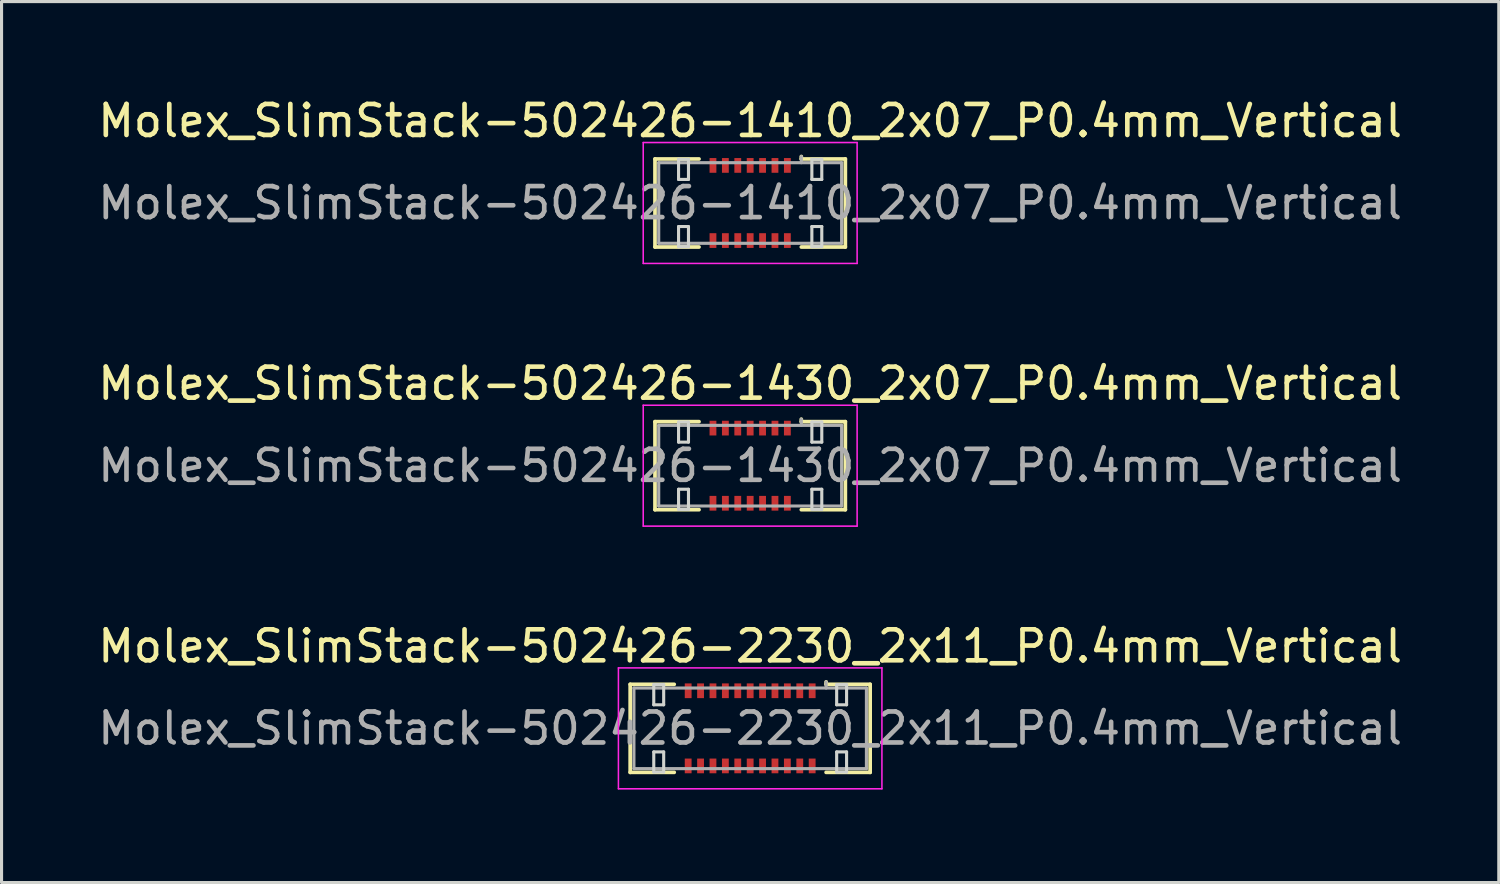
<source format=kicad_pcb>
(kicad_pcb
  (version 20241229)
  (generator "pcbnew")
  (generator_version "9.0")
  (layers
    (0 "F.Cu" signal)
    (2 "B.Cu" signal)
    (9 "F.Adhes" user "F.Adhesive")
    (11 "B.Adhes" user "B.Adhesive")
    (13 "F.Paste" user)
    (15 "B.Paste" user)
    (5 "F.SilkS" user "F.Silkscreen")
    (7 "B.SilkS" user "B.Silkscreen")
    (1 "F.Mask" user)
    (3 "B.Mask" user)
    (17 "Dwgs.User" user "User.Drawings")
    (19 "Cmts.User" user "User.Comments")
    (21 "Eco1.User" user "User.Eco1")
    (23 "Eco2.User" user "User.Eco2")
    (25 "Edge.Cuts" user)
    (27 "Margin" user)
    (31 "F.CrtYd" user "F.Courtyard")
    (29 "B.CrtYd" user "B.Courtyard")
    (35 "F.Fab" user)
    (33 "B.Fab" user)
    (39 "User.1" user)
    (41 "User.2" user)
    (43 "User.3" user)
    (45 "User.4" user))
  (footprint "Molex_SlimStack-502426-2230_2x11_P0.4mm_Vertical"
    (layer "F.Cu")
    (at 21.149 20.445)
    (property "Reference" "Molex_SlimStack-502426-2230_2x11_P0.4mm_Vertical" (at 0 -2.65 0) (layer "F.SilkS") (effects (font (size 1 1) (thickness 0.15))))
    (attr smd)
    (fp_line (start -3.87 -1.42) (end -2.45 -1.42) (stroke (width 0.12) (type solid)) (layer "F.SilkS"))
    (fp_line (start -3.87 1.42) (end -3.87 -1.42) (stroke (width 0.12) (type solid)) (layer "F.SilkS"))
    (fp_line (start -2.45 1.42) (end -3.87 1.42) (stroke (width 0.12) (type solid)) (layer "F.SilkS"))
    (fp_line (start 2.45 -1.42) (end 2.45 -1.5) (stroke (width 0.12) (type solid)) (layer "F.SilkS"))
    (fp_line (start 2.45 1.42) (end 3.87 1.42) (stroke (width 0.12) (type solid)) (layer "F.SilkS"))
    (fp_line (start 3.87 -1.42) (end 2.45 -1.42) (stroke (width 0.12) (type solid)) (layer "F.SilkS"))
    (fp_line (start 3.87 1.42) (end 3.87 -1.42) (stroke (width 0.12) (type solid)) (layer "F.SilkS"))
    (fp_line (start -3.11 -1.41) (end -3.11 -0.76) (stroke (width 0.1) (type solid)) (layer "Edge.Cuts"))
    (fp_line (start -3.11 -0.76) (end -2.79 -0.76) (stroke (width 0.1) (type solid)) (layer "Edge.Cuts"))
    (fp_line (start -3.11 0.76) (end -3.11 1.41) (stroke (width 0.1) (type solid)) (layer "Edge.Cuts"))
    (fp_line (start -3.11 1.41) (end -2.79 1.41) (stroke (width 0.1) (type solid)) (layer "Edge.Cuts"))
    (fp_line (start -2.79 -1.41) (end -3.11 -1.41) (stroke (width 0.1) (type solid)) (layer "Edge.Cuts"))
    (fp_line (start -2.79 -0.76) (end -2.79 -1.41) (stroke (width 0.1) (type solid)) (layer "Edge.Cuts"))
    (fp_line (start -2.79 0.76) (end -3.11 0.76) (stroke (width 0.1) (type solid)) (layer "Edge.Cuts"))
    (fp_line (start -2.79 1.41) (end -2.79 0.76) (stroke (width 0.1) (type solid)) (layer "Edge.Cuts"))
    (fp_line (start 2.79 -1.41) (end 2.79 -0.76) (stroke (width 0.1) (type solid)) (layer "Edge.Cuts"))
    (fp_line (start 2.79 -0.76) (end 3.11 -0.76) (stroke (width 0.1) (type solid)) (layer "Edge.Cuts"))
    (fp_line (start 2.79 0.76) (end 2.79 1.41) (stroke (width 0.1) (type solid)) (layer "Edge.Cuts"))
    (fp_line (start 2.79 1.41) (end 3.11 1.41) (stroke (width 0.1) (type solid)) (layer "Edge.Cuts"))
    (fp_line (start 3.11 -1.41) (end 2.79 -1.41) (stroke (width 0.1) (type solid)) (layer "Edge.Cuts"))
    (fp_line (start 3.11 -0.76) (end 3.11 -1.41) (stroke (width 0.1) (type solid)) (layer "Edge.Cuts"))
    (fp_line (start 3.11 0.76) (end 2.79 0.76) (stroke (width 0.1) (type solid)) (layer "Edge.Cuts"))
    (fp_line (start 3.11 1.41) (end 3.11 0.76) (stroke (width 0.1) (type solid)) (layer "Edge.Cuts"))
    (fp_line (start -4.25 -1.95) (end -4.25 1.95) (stroke (width 0.05) (type solid)) (layer "F.CrtYd"))
    (fp_line (start -4.25 1.95) (end 4.25 1.95) (stroke (width 0.05) (type solid)) (layer "F.CrtYd"))
    (fp_line (start 4.25 -1.95) (end -4.25 -1.95) (stroke (width 0.05) (type solid)) (layer "F.CrtYd"))
    (fp_line (start 4.25 1.95) (end 4.25 -1.95) (stroke (width 0.05) (type solid)) (layer "F.CrtYd"))
    (fp_line (start -3.75 -1.3) (end -3.75 1.3) (stroke (width 0.1) (type solid)) (layer "F.Fab"))
    (fp_line (start -3.75 1.3) (end 3.75 1.3) (stroke (width 0.1) (type solid)) (layer "F.Fab"))
    (fp_line (start 2.45 -1.3) (end 2.45 -1.5) (stroke (width 0.1) (type solid)) (layer "F.Fab"))
    (fp_line (start 3.75 -1.3) (end -3.75 -1.3) (stroke (width 0.1) (type solid)) (layer "F.Fab"))
    (fp_line (start 3.75 1.3) (end 3.75 -1.3) (stroke (width 0.1) (type solid)) (layer "F.Fab"))
    (fp_text user "${REFERENCE}" (at 0 0 0) (layer "F.Fab") (effects (font (size 1 1) (thickness 0.15))))
    (pad "1" smd rect (at 2 -1.212) (size 0.22 0.475) (layers "F.Cu" "F.Mask" "F.Paste"))
    (pad "2" smd rect (at 2 1.212) (size 0.22 0.475) (layers "F.Cu" "F.Mask" "F.Paste"))
    (pad "3" smd rect (at 1.6 -1.212) (size 0.22 0.475) (layers "F.Cu" "F.Mask" "F.Paste"))
    (pad "4" smd rect (at 1.6 1.212) (size 0.22 0.475) (layers "F.Cu" "F.Mask" "F.Paste"))
    (pad "5" smd rect (at 1.2 -1.212) (size 0.22 0.475) (layers "F.Cu" "F.Mask" "F.Paste"))
    (pad "6" smd rect (at 1.2 1.212) (size 0.22 0.475) (layers "F.Cu" "F.Mask" "F.Paste"))
    (pad "7" smd rect (at 0.8 -1.212) (size 0.22 0.475) (layers "F.Cu" "F.Mask" "F.Paste"))
    (pad "8" smd rect (at 0.8 1.212) (size 0.22 0.475) (layers "F.Cu" "F.Mask" "F.Paste"))
    (pad "9" smd rect (at 0.4 -1.212) (size 0.22 0.475) (layers "F.Cu" "F.Mask" "F.Paste"))
    (pad "10" smd rect (at 0.4 1.212) (size 0.22 0.475) (layers "F.Cu" "F.Mask" "F.Paste"))
    (pad "11" smd rect (at 0 -1.212) (size 0.22 0.475) (layers "F.Cu" "F.Mask" "F.Paste"))
    (pad "12" smd rect (at 0 1.212) (size 0.22 0.475) (layers "F.Cu" "F.Mask" "F.Paste"))
    (pad "13" smd rect (at -0.4 -1.212) (size 0.22 0.475) (layers "F.Cu" "F.Mask" "F.Paste"))
    (pad "14" smd rect (at -0.4 1.212) (size 0.22 0.475) (layers "F.Cu" "F.Mask" "F.Paste"))
    (pad "15" smd rect (at -0.8 -1.212) (size 0.22 0.475) (layers "F.Cu" "F.Mask" "F.Paste"))
    (pad "16" smd rect (at -0.8 1.212) (size 0.22 0.475) (layers "F.Cu" "F.Mask" "F.Paste"))
    (pad "17" smd rect (at -1.2 -1.212) (size 0.22 0.475) (layers "F.Cu" "F.Mask" "F.Paste"))
    (pad "18" smd rect (at -1.2 1.212) (size 0.22 0.475) (layers "F.Cu" "F.Mask" "F.Paste"))
    (pad "19" smd rect (at -1.6 -1.212) (size 0.22 0.475) (layers "F.Cu" "F.Mask" "F.Paste"))
    (pad "20" smd rect (at -1.6 1.212) (size 0.22 0.475) (layers "F.Cu" "F.Mask" "F.Paste"))
    (pad "21" smd rect (at -2 -1.212) (size 0.22 0.475) (layers "F.Cu" "F.Mask" "F.Paste"))
    (pad "22" smd rect (at -2 1.212) (size 0.22 0.475) (layers "F.Cu" "F.Mask" "F.Paste")))
  (footprint "Molex_SlimStack-502426-1430_2x07_P0.4mm_Vertical"
    (layer "F.Cu")
    (at 21.149 11.972)
    (property "Reference" "Molex_SlimStack-502426-1430_2x07_P0.4mm_Vertical" (at 0 -2.65 0) (layer "F.SilkS") (effects (font (size 1 1) (thickness 0.15))))
    (attr smd)
    (fp_line (start -3.07 -1.42) (end -1.65 -1.42) (stroke (width 0.12) (type solid)) (layer "F.SilkS"))
    (fp_line (start -3.07 1.42) (end -3.07 -1.42) (stroke (width 0.12) (type solid)) (layer "F.SilkS"))
    (fp_line (start -1.65 1.42) (end -3.07 1.42) (stroke (width 0.12) (type solid)) (layer "F.SilkS"))
    (fp_line (start 1.65 -1.42) (end 1.65 -1.5) (stroke (width 0.12) (type solid)) (layer "F.SilkS"))
    (fp_line (start 1.65 1.42) (end 3.07 1.42) (stroke (width 0.12) (type solid)) (layer "F.SilkS"))
    (fp_line (start 3.07 -1.42) (end 1.65 -1.42) (stroke (width 0.12) (type solid)) (layer "F.SilkS"))
    (fp_line (start 3.07 1.42) (end 3.07 -1.42) (stroke (width 0.12) (type solid)) (layer "F.SilkS"))
    (fp_line (start -2.31 -1.41) (end -2.31 -0.76) (stroke (width 0.1) (type solid)) (layer "Edge.Cuts"))
    (fp_line (start -2.31 -0.76) (end -1.99 -0.76) (stroke (width 0.1) (type solid)) (layer "Edge.Cuts"))
    (fp_line (start -2.31 0.76) (end -2.31 1.41) (stroke (width 0.1) (type solid)) (layer "Edge.Cuts"))
    (fp_line (start -2.31 1.41) (end -1.99 1.41) (stroke (width 0.1) (type solid)) (layer "Edge.Cuts"))
    (fp_line (start -1.99 -1.41) (end -2.31 -1.41) (stroke (width 0.1) (type solid)) (layer "Edge.Cuts"))
    (fp_line (start -1.99 -0.76) (end -1.99 -1.41) (stroke (width 0.1) (type solid)) (layer "Edge.Cuts"))
    (fp_line (start -1.99 0.76) (end -2.31 0.76) (stroke (width 0.1) (type solid)) (layer "Edge.Cuts"))
    (fp_line (start -1.99 1.41) (end -1.99 0.76) (stroke (width 0.1) (type solid)) (layer "Edge.Cuts"))
    (fp_line (start 1.99 -1.41) (end 1.99 -0.76) (stroke (width 0.1) (type solid)) (layer "Edge.Cuts"))
    (fp_line (start 1.99 -0.76) (end 2.31 -0.76) (stroke (width 0.1) (type solid)) (layer "Edge.Cuts"))
    (fp_line (start 1.99 0.76) (end 1.99 1.41) (stroke (width 0.1) (type solid)) (layer "Edge.Cuts"))
    (fp_line (start 1.99 1.41) (end 2.31 1.41) (stroke (width 0.1) (type solid)) (layer "Edge.Cuts"))
    (fp_line (start 2.31 -1.41) (end 1.99 -1.41) (stroke (width 0.1) (type solid)) (layer "Edge.Cuts"))
    (fp_line (start 2.31 -0.76) (end 2.31 -1.41) (stroke (width 0.1) (type solid)) (layer "Edge.Cuts"))
    (fp_line (start 2.31 0.76) (end 1.99 0.76) (stroke (width 0.1) (type solid)) (layer "Edge.Cuts"))
    (fp_line (start 2.31 1.41) (end 2.31 0.76) (stroke (width 0.1) (type solid)) (layer "Edge.Cuts"))
    (fp_line (start -3.45 -1.95) (end -3.45 1.95) (stroke (width 0.05) (type solid)) (layer "F.CrtYd"))
    (fp_line (start -3.45 1.95) (end 3.45 1.95) (stroke (width 0.05) (type solid)) (layer "F.CrtYd"))
    (fp_line (start 3.45 -1.95) (end -3.45 -1.95) (stroke (width 0.05) (type solid)) (layer "F.CrtYd"))
    (fp_line (start 3.45 1.95) (end 3.45 -1.95) (stroke (width 0.05) (type solid)) (layer "F.CrtYd"))
    (fp_line (start -2.95 -1.3) (end -2.95 1.3) (stroke (width 0.1) (type solid)) (layer "F.Fab"))
    (fp_line (start -2.95 1.3) (end 2.95 1.3) (stroke (width 0.1) (type solid)) (layer "F.Fab"))
    (fp_line (start 1.65 -1.3) (end 1.65 -1.5) (stroke (width 0.1) (type solid)) (layer "F.Fab"))
    (fp_line (start 2.95 -1.3) (end -2.95 -1.3) (stroke (width 0.1) (type solid)) (layer "F.Fab"))
    (fp_line (start 2.95 1.3) (end 2.95 -1.3) (stroke (width 0.1) (type solid)) (layer "F.Fab"))
    (fp_text user "${REFERENCE}" (at 0 0 0) (layer "F.Fab") (effects (font (size 1 1) (thickness 0.15))))
    (pad "1" smd rect (at 1.2 -1.212) (size 0.22 0.475) (layers "F.Cu" "F.Mask" "F.Paste"))
    (pad "2" smd rect (at 1.2 1.212) (size 0.22 0.475) (layers "F.Cu" "F.Mask" "F.Paste"))
    (pad "3" smd rect (at 0.8 -1.212) (size 0.22 0.475) (layers "F.Cu" "F.Mask" "F.Paste"))
    (pad "4" smd rect (at 0.8 1.212) (size 0.22 0.475) (layers "F.Cu" "F.Mask" "F.Paste"))
    (pad "5" smd rect (at 0.4 -1.212) (size 0.22 0.475) (layers "F.Cu" "F.Mask" "F.Paste"))
    (pad "6" smd rect (at 0.4 1.212) (size 0.22 0.475) (layers "F.Cu" "F.Mask" "F.Paste"))
    (pad "7" smd rect (at 0 -1.212) (size 0.22 0.475) (layers "F.Cu" "F.Mask" "F.Paste"))
    (pad "8" smd rect (at 0 1.212) (size 0.22 0.475) (layers "F.Cu" "F.Mask" "F.Paste"))
    (pad "9" smd rect (at -0.4 -1.212) (size 0.22 0.475) (layers "F.Cu" "F.Mask" "F.Paste"))
    (pad "10" smd rect (at -0.4 1.212) (size 0.22 0.475) (layers "F.Cu" "F.Mask" "F.Paste"))
    (pad "11" smd rect (at -0.8 -1.212) (size 0.22 0.475) (layers "F.Cu" "F.Mask" "F.Paste"))
    (pad "12" smd rect (at -0.8 1.212) (size 0.22 0.475) (layers "F.Cu" "F.Mask" "F.Paste"))
    (pad "13" smd rect (at -1.2 -1.212) (size 0.22 0.475) (layers "F.Cu" "F.Mask" "F.Paste"))
    (pad "14" smd rect (at -1.2 1.212) (size 0.22 0.475) (layers "F.Cu" "F.Mask" "F.Paste")))
  (footprint "Molex_SlimStack-502426-1410_2x07_P0.4mm_Vertical"
    (layer "F.Cu")
    (at 21.149 3.498)
    (property "Reference" "Molex_SlimStack-502426-1410_2x07_P0.4mm_Vertical" (at 0 -2.65 0) (layer "F.SilkS") (effects (font (size 1 1) (thickness 0.15))))
    (attr smd)
    (fp_line (start -3.07 -1.42) (end -1.65 -1.42) (stroke (width 0.12) (type solid)) (layer "F.SilkS"))
    (fp_line (start -3.07 1.42) (end -3.07 -1.42) (stroke (width 0.12) (type solid)) (layer "F.SilkS"))
    (fp_line (start -1.65 1.42) (end -3.07 1.42) (stroke (width 0.12) (type solid)) (layer "F.SilkS"))
    (fp_line (start 1.65 -1.42) (end 1.65 -1.5) (stroke (width 0.12) (type solid)) (layer "F.SilkS"))
    (fp_line (start 1.65 1.42) (end 3.07 1.42) (stroke (width 0.12) (type solid)) (layer "F.SilkS"))
    (fp_line (start 3.07 -1.42) (end 1.65 -1.42) (stroke (width 0.12) (type solid)) (layer "F.SilkS"))
    (fp_line (start 3.07 1.42) (end 3.07 -1.42) (stroke (width 0.12) (type solid)) (layer "F.SilkS"))
    (fp_line (start -2.31 -1.41) (end -2.31 -0.76) (stroke (width 0.1) (type solid)) (layer "Edge.Cuts"))
    (fp_line (start -2.31 -0.76) (end -1.99 -0.76) (stroke (width 0.1) (type solid)) (layer "Edge.Cuts"))
    (fp_line (start -2.31 0.76) (end -2.31 1.41) (stroke (width 0.1) (type solid)) (layer "Edge.Cuts"))
    (fp_line (start -2.31 1.41) (end -1.99 1.41) (stroke (width 0.1) (type solid)) (layer "Edge.Cuts"))
    (fp_line (start -1.99 -1.41) (end -2.31 -1.41) (stroke (width 0.1) (type solid)) (layer "Edge.Cuts"))
    (fp_line (start -1.99 -0.76) (end -1.99 -1.41) (stroke (width 0.1) (type solid)) (layer "Edge.Cuts"))
    (fp_line (start -1.99 0.76) (end -2.31 0.76) (stroke (width 0.1) (type solid)) (layer "Edge.Cuts"))
    (fp_line (start -1.99 1.41) (end -1.99 0.76) (stroke (width 0.1) (type solid)) (layer "Edge.Cuts"))
    (fp_line (start 1.99 -1.41) (end 1.99 -0.76) (stroke (width 0.1) (type solid)) (layer "Edge.Cuts"))
    (fp_line (start 1.99 -0.76) (end 2.31 -0.76) (stroke (width 0.1) (type solid)) (layer "Edge.Cuts"))
    (fp_line (start 1.99 0.76) (end 1.99 1.41) (stroke (width 0.1) (type solid)) (layer "Edge.Cuts"))
    (fp_line (start 1.99 1.41) (end 2.31 1.41) (stroke (width 0.1) (type solid)) (layer "Edge.Cuts"))
    (fp_line (start 2.31 -1.41) (end 1.99 -1.41) (stroke (width 0.1) (type solid)) (layer "Edge.Cuts"))
    (fp_line (start 2.31 -0.76) (end 2.31 -1.41) (stroke (width 0.1) (type solid)) (layer "Edge.Cuts"))
    (fp_line (start 2.31 0.76) (end 1.99 0.76) (stroke (width 0.1) (type solid)) (layer "Edge.Cuts"))
    (fp_line (start 2.31 1.41) (end 2.31 0.76) (stroke (width 0.1) (type solid)) (layer "Edge.Cuts"))
    (fp_line (start -3.45 -1.95) (end -3.45 1.95) (stroke (width 0.05) (type solid)) (layer "F.CrtYd"))
    (fp_line (start -3.45 1.95) (end 3.45 1.95) (stroke (width 0.05) (type solid)) (layer "F.CrtYd"))
    (fp_line (start 3.45 -1.95) (end -3.45 -1.95) (stroke (width 0.05) (type solid)) (layer "F.CrtYd"))
    (fp_line (start 3.45 1.95) (end 3.45 -1.95) (stroke (width 0.05) (type solid)) (layer "F.CrtYd"))
    (fp_line (start -2.95 -1.3) (end -2.95 1.3) (stroke (width 0.1) (type solid)) (layer "F.Fab"))
    (fp_line (start -2.95 1.3) (end 2.95 1.3) (stroke (width 0.1) (type solid)) (layer "F.Fab"))
    (fp_line (start 1.65 -1.3) (end 1.65 -1.5) (stroke (width 0.1) (type solid)) (layer "F.Fab"))
    (fp_line (start 2.95 -1.3) (end -2.95 -1.3) (stroke (width 0.1) (type solid)) (layer "F.Fab"))
    (fp_line (start 2.95 1.3) (end 2.95 -1.3) (stroke (width 0.1) (type solid)) (layer "F.Fab"))
    (fp_text user "${REFERENCE}" (at 0 0 0) (layer "F.Fab") (effects (font (size 1 1) (thickness 0.15))))
    (pad "1" smd rect (at 1.2 -1.212) (size 0.22 0.475) (layers "F.Cu" "F.Mask" "F.Paste"))
    (pad "2" smd rect (at 1.2 1.212) (size 0.22 0.475) (layers "F.Cu" "F.Mask" "F.Paste"))
    (pad "3" smd rect (at 0.8 -1.212) (size 0.22 0.475) (layers "F.Cu" "F.Mask" "F.Paste"))
    (pad "4" smd rect (at 0.8 1.212) (size 0.22 0.475) (layers "F.Cu" "F.Mask" "F.Paste"))
    (pad "5" smd rect (at 0.4 -1.212) (size 0.22 0.475) (layers "F.Cu" "F.Mask" "F.Paste"))
    (pad "6" smd rect (at 0.4 1.212) (size 0.22 0.475) (layers "F.Cu" "F.Mask" "F.Paste"))
    (pad "7" smd rect (at 0 -1.212) (size 0.22 0.475) (layers "F.Cu" "F.Mask" "F.Paste"))
    (pad "8" smd rect (at 0 1.212) (size 0.22 0.475) (layers "F.Cu" "F.Mask" "F.Paste"))
    (pad "9" smd rect (at -0.4 -1.212) (size 0.22 0.475) (layers "F.Cu" "F.Mask" "F.Paste"))
    (pad "10" smd rect (at -0.4 1.212) (size 0.22 0.475) (layers "F.Cu" "F.Mask" "F.Paste"))
    (pad "11" smd rect (at -0.8 -1.212) (size 0.22 0.475) (layers "F.Cu" "F.Mask" "F.Paste"))
    (pad "12" smd rect (at -0.8 1.212) (size 0.22 0.475) (layers "F.Cu" "F.Mask" "F.Paste"))
    (pad "13" smd rect (at -1.2 -1.212) (size 0.22 0.475) (layers "F.Cu" "F.Mask" "F.Paste"))
    (pad "14" smd rect (at -1.2 1.212) (size 0.22 0.475) (layers "F.Cu" "F.Mask" "F.Paste")))
  (gr_rect
    (start -3 -3)
    (end 45.298 25.42)
    (stroke (width 0.1) (type default))
    (fill no)
    (layer "Edge.Cuts")))
</source>
